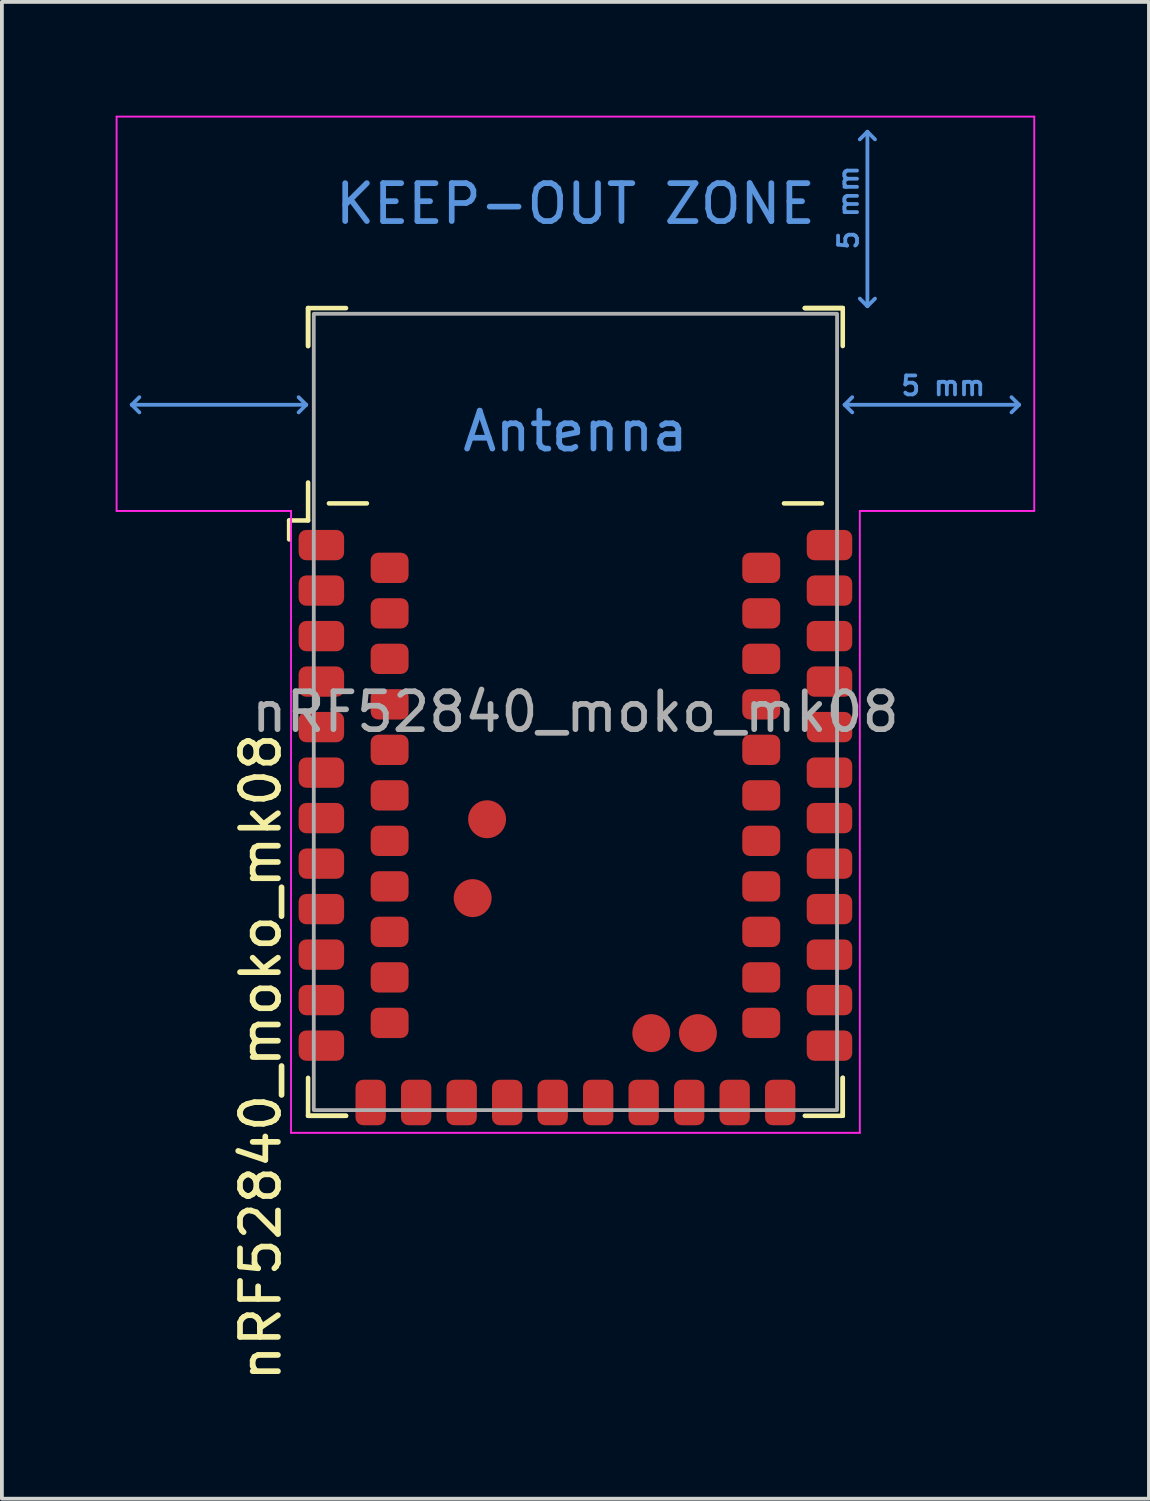
<source format=kicad_pcb>
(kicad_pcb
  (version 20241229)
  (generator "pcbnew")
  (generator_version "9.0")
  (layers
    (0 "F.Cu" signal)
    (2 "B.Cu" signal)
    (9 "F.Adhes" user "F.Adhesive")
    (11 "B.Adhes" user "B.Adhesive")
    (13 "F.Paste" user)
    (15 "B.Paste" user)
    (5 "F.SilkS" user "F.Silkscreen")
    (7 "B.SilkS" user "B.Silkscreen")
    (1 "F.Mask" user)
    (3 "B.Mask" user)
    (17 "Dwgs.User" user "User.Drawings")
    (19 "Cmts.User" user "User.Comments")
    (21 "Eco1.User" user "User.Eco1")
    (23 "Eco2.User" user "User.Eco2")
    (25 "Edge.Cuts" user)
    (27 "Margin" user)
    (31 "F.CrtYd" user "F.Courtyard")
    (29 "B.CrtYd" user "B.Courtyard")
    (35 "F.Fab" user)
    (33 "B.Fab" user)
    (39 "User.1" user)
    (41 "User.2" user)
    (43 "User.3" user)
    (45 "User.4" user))
  (footprint "nRF52840_moko_mk08"
    (layer "F.Cu")
    (at 12.125 15.725)
    (property "Reference" "nRF52840_moko_mk08" (at -8.3 9.1 90) (unlocked yes) (layer "F.SilkS") (effects (font (size 1 1) (thickness 0.15))))
    (attr smd)
    (fp_line (start -7.55 -5.05) (end -7.55 -4.55) (stroke (width 0.12) (type solid)) (layer "F.SilkS"))
    (fp_line (start -7.05 -10.65) (end -7.05 -9.65) (stroke (width 0.12) (type solid)) (layer "F.SilkS"))
    (fp_line (start -7.05 -10.65) (end -6.05 -10.65) (stroke (width 0.12) (type solid)) (layer "F.SilkS"))
    (fp_line (start -7.05 -9.65) (end -7.05 -10.65) (stroke (width 0.12) (type solid)) (layer "F.SilkS"))
    (fp_line (start -7.05 -5.05) (end -7.55 -5.05) (stroke (width 0.12) (type solid)) (layer "F.SilkS"))
    (fp_line (start -7.05 -5.05) (end -7.05 -6.05) (stroke (width 0.12) (type solid)) (layer "F.SilkS"))
    (fp_line (start -7.05 10.65) (end -7.05 9.65) (stroke (width 0.12) (type solid)) (layer "F.SilkS"))
    (fp_line (start -7.05 10.65) (end -6.05 10.65) (stroke (width 0.12) (type solid)) (layer "F.SilkS"))
    (fp_line (start -6.5 -5.5) (end -5.5 -5.5) (stroke (width 0.12) (type solid)) (layer "F.SilkS"))
    (fp_line (start -6.05 10.65) (end -7.05 10.65) (stroke (width 0.12) (type solid)) (layer "F.SilkS"))
    (fp_line (start 6.05 -10.65) (end 7.05 -10.65) (stroke (width 0.12) (type solid)) (layer "F.SilkS"))
    (fp_line (start 6.5 -5.5) (end 5.5 -5.5) (stroke (width 0.12) (type solid)) (layer "F.SilkS"))
    (fp_line (start 7.05 -10.65) (end 6.05 -10.65) (stroke (width 0.12) (type solid)) (layer "F.SilkS"))
    (fp_line (start 7.05 -10.65) (end 7.05 -9.65) (stroke (width 0.12) (type solid)) (layer "F.SilkS"))
    (fp_line (start 7.05 9.65) (end 7.05 10.65) (stroke (width 0.12) (type solid)) (layer "F.SilkS"))
    (fp_line (start 7.05 10.65) (end 6.05 10.65) (stroke (width 0.12) (type solid)) (layer "F.SilkS"))
    (fp_line (start 7.05 10.65) (end 7.05 9.65) (stroke (width 0.12) (type solid)) (layer "F.SilkS"))
    (fp_line (start -11.7 -8.1) (end -11.5 -8.3) (stroke (width 0.1) (type solid)) (layer "Cmts.User"))
    (fp_line (start -11.7 -8.1) (end -11.5 -7.9) (stroke (width 0.1) (type solid)) (layer "Cmts.User"))
    (fp_line (start -11.7 -8.1) (end -7.1 -8.1) (stroke (width 0.1) (type solid)) (layer "Cmts.User"))
    (fp_line (start -7.1 -8.1) (end -7.3 -8.3) (stroke (width 0.1) (type solid)) (layer "Cmts.User"))
    (fp_line (start -7.1 -8.1) (end -7.3 -7.9) (stroke (width 0.1) (type solid)) (layer "Cmts.User"))
    (fp_line (start 7.1 -8.1) (end 7.3 -8.3) (stroke (width 0.1) (type solid)) (layer "Cmts.User"))
    (fp_line (start 7.1 -8.1) (end 7.3 -7.9) (stroke (width 0.1) (type solid)) (layer "Cmts.User"))
    (fp_line (start 7.1 -8.1) (end 11.7 -8.1) (stroke (width 0.1) (type solid)) (layer "Cmts.User"))
    (fp_line (start 7.7 -15.3) (end 7.5 -15.1) (stroke (width 0.1) (type solid)) (layer "Cmts.User"))
    (fp_line (start 7.7 -15.3) (end 7.9 -15.1) (stroke (width 0.1) (type solid)) (layer "Cmts.User"))
    (fp_line (start 7.7 -10.7) (end 7.5 -10.9) (stroke (width 0.1) (type solid)) (layer "Cmts.User"))
    (fp_line (start 7.7 -10.7) (end 7.7 -15.3) (stroke (width 0.1) (type solid)) (layer "Cmts.User"))
    (fp_line (start 7.7 -10.7) (end 7.9 -10.9) (stroke (width 0.1) (type solid)) (layer "Cmts.User"))
    (fp_line (start 11.7 -8.1) (end 11.5 -8.3) (stroke (width 0.1) (type solid)) (layer "Cmts.User"))
    (fp_line (start 11.7 -8.1) (end 11.5 -7.9) (stroke (width 0.1) (type solid)) (layer "Cmts.User"))
    (fp_line (start -12.1 -15.7) (end -12.1 -5.3) (stroke (width 0.05) (type solid)) (layer "F.CrtYd"))
    (fp_line (start -12.1 -5.3) (end -7.5 -5.3) (stroke (width 0.05) (type solid)) (layer "F.CrtYd"))
    (fp_line (start -7.5 -5.3) (end -7.5 11.1) (stroke (width 0.05) (type solid)) (layer "F.CrtYd"))
    (fp_line (start -7.5 11.1) (end 7.5 11.1) (stroke (width 0.05) (type solid)) (layer "F.CrtYd"))
    (fp_line (start 7.5 -5.3) (end 12.1 -5.3) (stroke (width 0.05) (type solid)) (layer "F.CrtYd"))
    (fp_line (start 7.5 11.1) (end 7.5 -5.3) (stroke (width 0.05) (type solid)) (layer "F.CrtYd"))
    (fp_line (start 12.1 -15.7) (end -12.1 -15.7) (stroke (width 0.05) (type solid)) (layer "F.CrtYd"))
    (fp_line (start 12.1 -5.3) (end 12.1 -15.7) (stroke (width 0.05) (type solid)) (layer "F.CrtYd"))
    (fp_rect (start -6.9 -10.5) (end 6.9 10.5) (stroke (width 0.1) (type solid)) (fill no) (layer "F.Fab"))
    (fp_text user "KEEP-OUT ZONE" (at 0 -13.4 0) (layer "Cmts.User") (effects (font (size 1 1) (thickness 0.15))))
    (fp_text user "Antenna" (at 0 -7.4 0) (layer "Cmts.User") (effects (font (size 1 1) (thickness 0.15))))
    (fp_text user "5 mm" (at 9.7 -8.6 0) (layer "Cmts.User") (effects (font (size 0.5 0.5) (thickness 0.1))))
    (fp_text user "5 mm" (at 7.2 -13.3 90) (layer "Cmts.User") (effects (font (size 0.5 0.5) (thickness 0.1))))
    (fp_text user "${REFERENCE}" (at 0 0 0) (layer "F.Fab") (effects (font (size 1 1) (thickness 0.15))))
    (pad "1" smd roundrect (at -6.7 -4.4) (size 1.2 0.8) (layers "F.Cu" "F.Mask" "F.Paste") (roundrect_rratio 0.25))
    (pad "2" smd roundrect (at -6.7 -3.2) (size 1.2 0.8) (layers "F.Cu" "F.Mask" "F.Paste") (roundrect_rratio 0.25))
    (pad "3" smd roundrect (at -6.7 -2) (size 1.2 0.8) (layers "F.Cu" "F.Mask" "F.Paste") (roundrect_rratio 0.25))
    (pad "4" smd roundrect (at -6.7 -0.8) (size 1.2 0.8) (layers "F.Cu" "F.Mask" "F.Paste") (roundrect_rratio 0.25))
    (pad "5" smd roundrect (at -6.7 0.4) (size 1.2 0.8) (layers "F.Cu" "F.Mask" "F.Paste") (roundrect_rratio 0.25))
    (pad "6" smd roundrect (at -6.7 1.6) (size 1.2 0.8) (layers "F.Cu" "F.Mask" "F.Paste") (roundrect_rratio 0.25))
    (pad "7" smd roundrect (at -6.7 2.8) (size 1.2 0.8) (layers "F.Cu" "F.Mask" "F.Paste") (roundrect_rratio 0.25))
    (pad "8" smd roundrect (at -6.7 4) (size 1.2 0.8) (layers "F.Cu" "F.Mask" "F.Paste") (roundrect_rratio 0.25))
    (pad "9" smd roundrect (at -6.7 5.2) (size 1.2 0.8) (layers "F.Cu" "F.Mask" "F.Paste") (roundrect_rratio 0.25))
    (pad "10" smd roundrect (at -6.7 6.4) (size 1.2 0.8) (layers "F.Cu" "F.Mask" "F.Paste") (roundrect_rratio 0.25))
    (pad "11" smd roundrect (at -6.7 7.6) (size 1.2 0.8) (layers "F.Cu" "F.Mask" "F.Paste") (roundrect_rratio 0.25))
    (pad "12" smd roundrect (at -6.7 8.8) (size 1.2 0.8) (layers "F.Cu" "F.Mask" "F.Paste") (roundrect_rratio 0.25))
    (pad "13" smd roundrect (at -5.4 10.3 90) (size 1.2 0.8) (layers "F.Cu" "F.Mask" "F.Paste") (roundrect_rratio 0.25))
    (pad "14" smd roundrect (at -4.2 10.3 90) (size 1.2 0.8) (layers "F.Cu" "F.Mask" "F.Paste") (roundrect_rratio 0.25))
    (pad "15" smd roundrect (at -3 10.3 90) (size 1.2 0.8) (layers "F.Cu" "F.Mask" "F.Paste") (roundrect_rratio 0.25))
    (pad "16" smd roundrect (at -1.8 10.3 90) (size 1.2 0.8) (layers "F.Cu" "F.Mask" "F.Paste") (roundrect_rratio 0.25))
    (pad "17" smd roundrect (at -0.6 10.3 90) (size 1.2 0.8) (layers "F.Cu" "F.Mask" "F.Paste") (roundrect_rratio 0.25))
    (pad "18" smd roundrect (at 0.6 10.3 90) (size 1.2 0.8) (layers "F.Cu" "F.Mask" "F.Paste") (roundrect_rratio 0.25))
    (pad "19" smd roundrect (at 1.8 10.3 90) (size 1.2 0.8) (layers "F.Cu" "F.Mask" "F.Paste") (roundrect_rratio 0.25))
    (pad "20" smd roundrect (at 3 10.3 90) (size 1.2 0.8) (layers "F.Cu" "F.Mask" "F.Paste") (roundrect_rratio 0.25))
    (pad "21" smd roundrect (at 4.2 10.3 90) (size 1.2 0.8) (layers "F.Cu" "F.Mask" "F.Paste") (roundrect_rratio 0.25))
    (pad "22" smd roundrect (at 5.4 10.3 90) (size 1.2 0.8) (layers "F.Cu" "F.Mask" "F.Paste") (roundrect_rratio 0.25))
    (pad "23" smd roundrect (at 6.7 8.8 180) (size 1.2 0.8) (layers "F.Cu" "F.Mask" "F.Paste") (roundrect_rratio 0.25))
    (pad "24" smd roundrect (at 6.7 7.6 180) (size 1.2 0.8) (layers "F.Cu" "F.Mask" "F.Paste") (roundrect_rratio 0.25))
    (pad "25" smd roundrect (at 6.7 6.4 180) (size 1.2 0.8) (layers "F.Cu" "F.Mask" "F.Paste") (roundrect_rratio 0.25))
    (pad "26" smd roundrect (at 6.7 5.2 180) (size 1.2 0.8) (layers "F.Cu" "F.Mask" "F.Paste") (roundrect_rratio 0.25))
    (pad "27" smd roundrect (at 6.7 4 180) (size 1.2 0.8) (layers "F.Cu" "F.Mask" "F.Paste") (roundrect_rratio 0.25))
    (pad "28" smd roundrect (at 6.7 2.8 180) (size 1.2 0.8) (layers "F.Cu" "F.Mask" "F.Paste") (roundrect_rratio 0.25))
    (pad "29" smd roundrect (at 6.7 1.6 180) (size 1.2 0.8) (layers "F.Cu" "F.Mask" "F.Paste") (roundrect_rratio 0.25))
    (pad "30" smd roundrect (at 6.7 0.4 180) (size 1.2 0.8) (layers "F.Cu" "F.Mask" "F.Paste") (roundrect_rratio 0.25))
    (pad "31" smd roundrect (at 6.7 -0.8 180) (size 1.2 0.8) (layers "F.Cu" "F.Mask" "F.Paste") (roundrect_rratio 0.25))
    (pad "32" smd roundrect (at 6.7 -2 180) (size 1.2 0.8) (layers "F.Cu" "F.Mask" "F.Paste") (roundrect_rratio 0.25))
    (pad "33" smd roundrect (at 6.7 -3.2 180) (size 1.2 0.8) (layers "F.Cu" "F.Mask" "F.Paste") (roundrect_rratio 0.25))
    (pad "34" smd roundrect (at 6.7 -4.4 180) (size 1.2 0.8) (layers "F.Cu" "F.Mask" "F.Paste") (roundrect_rratio 0.25))
    (pad "35" smd roundrect (at -4.9 -3.8 180) (size 1 0.8) (layers "F.Cu" "F.Mask" "F.Paste") (roundrect_rratio 0.25))
    (pad "36" smd roundrect (at -4.9 -2.6 180) (size 1 0.8) (layers "F.Cu" "F.Mask" "F.Paste") (roundrect_rratio 0.25))
    (pad "37" smd roundrect (at -4.9 -1.4 180) (size 1 0.8) (layers "F.Cu" "F.Mask" "F.Paste") (roundrect_rratio 0.25))
    (pad "38" smd roundrect (at -4.9 -0.2 180) (size 1 0.8) (layers "F.Cu" "F.Mask" "F.Paste") (roundrect_rratio 0.25))
    (pad "39" smd roundrect (at -4.9 1 180) (size 1 0.8) (layers "F.Cu" "F.Mask" "F.Paste") (roundrect_rratio 0.25))
    (pad "40" smd roundrect (at -4.9 2.2 180) (size 1 0.8) (layers "F.Cu" "F.Mask" "F.Paste") (roundrect_rratio 0.25))
    (pad "41" smd roundrect (at -4.9 3.4 180) (size 1 0.8) (layers "F.Cu" "F.Mask" "F.Paste") (roundrect_rratio 0.25))
    (pad "42" smd roundrect (at -4.9 4.6 180) (size 1 0.8) (layers "F.Cu" "F.Mask" "F.Paste") (roundrect_rratio 0.25))
    (pad "43" smd roundrect (at -4.9 5.8 180) (size 1 0.8) (layers "F.Cu" "F.Mask" "F.Paste") (roundrect_rratio 0.25))
    (pad "44" smd roundrect (at -4.9 7 180) (size 1 0.8) (layers "F.Cu" "F.Mask" "F.Paste") (roundrect_rratio 0.25))
    (pad "45" smd roundrect (at -4.9 8.2 180) (size 1 0.8) (layers "F.Cu" "F.Mask" "F.Paste") (roundrect_rratio 0.25))
    (pad "46" smd roundrect (at 4.9 8.2 180) (size 1 0.8) (layers "F.Cu" "F.Mask" "F.Paste") (roundrect_rratio 0.25))
    (pad "47" smd roundrect (at 4.9 7 180) (size 1 0.8) (layers "F.Cu" "F.Mask" "F.Paste") (roundrect_rratio 0.25))
    (pad "48" smd roundrect (at 4.9 5.8 180) (size 1 0.8) (layers "F.Cu" "F.Mask" "F.Paste") (roundrect_rratio 0.25))
    (pad "49" smd roundrect (at 4.9 4.6 180) (size 1 0.8) (layers "F.Cu" "F.Mask" "F.Paste") (roundrect_rratio 0.25))
    (pad "50" smd roundrect (at 4.9 3.4 180) (size 1 0.8) (layers "F.Cu" "F.Mask" "F.Paste") (roundrect_rratio 0.25))
    (pad "51" smd roundrect (at 4.9 2.2 180) (size 1 0.8) (layers "F.Cu" "F.Mask" "F.Paste") (roundrect_rratio 0.25))
    (pad "52" smd roundrect (at 4.9 1 180) (size 1 0.8) (layers "F.Cu" "F.Mask" "F.Paste") (roundrect_rratio 0.25))
    (pad "53" smd roundrect (at 4.9 -0.2 180) (size 1 0.8) (layers "F.Cu" "F.Mask" "F.Paste") (roundrect_rratio 0.25))
    (pad "54" smd roundrect (at 4.9 -1.4 180) (size 1 0.8) (layers "F.Cu" "F.Mask" "F.Paste") (roundrect_rratio 0.25))
    (pad "55" smd roundrect (at 4.9 -2.6 180) (size 1 0.8) (layers "F.Cu" "F.Mask" "F.Paste") (roundrect_rratio 0.25))
    (pad "56" smd roundrect (at 4.9 -3.8 180) (size 1 0.8) (layers "F.Cu" "F.Mask" "F.Paste") (roundrect_rratio 0.25))
    (pad "57" smd circle (at -2.33 2.83 180) (size 1 1) (layers "F.Cu" "F.Mask" "F.Paste"))
    (pad "MP" smd circle (at -2.71 4.91 180) (size 1 1) (layers "F.Cu" "F.Mask" "F.Paste"))
    (pad "MP" smd circle (at 2 8.47 180) (size 1 1) (layers "F.Cu" "F.Mask" "F.Paste"))
    (pad "MP" smd circle (at 3.23 8.47 180) (size 1 1) (layers "F.Cu" "F.Mask" "F.Paste"))
    (zone (net_name "") (layers "F.Cu" "B.Cu" "F.CrtYd") (hatch full 0.508) (connect_pads) (min_thickness 0.254) (filled_areas_thickness no) (keepout (tracks not_allowed) (vias not_allowed) (pads not_allowed) (copperpour not_allowed) (footprints allowed)) (placement (enabled no)) (fill) (polygon (pts (xy 24.025 10.225) (xy 0.225 10.225) (xy 0.225 0.225) (xy 24.025 0.225)))))
  (gr_rect
    (start -3 -3)
    (end 27.25 36.474)
    (stroke (width 0.1) (type default))
    (fill no)
    (layer "Edge.Cuts")))
</source>
